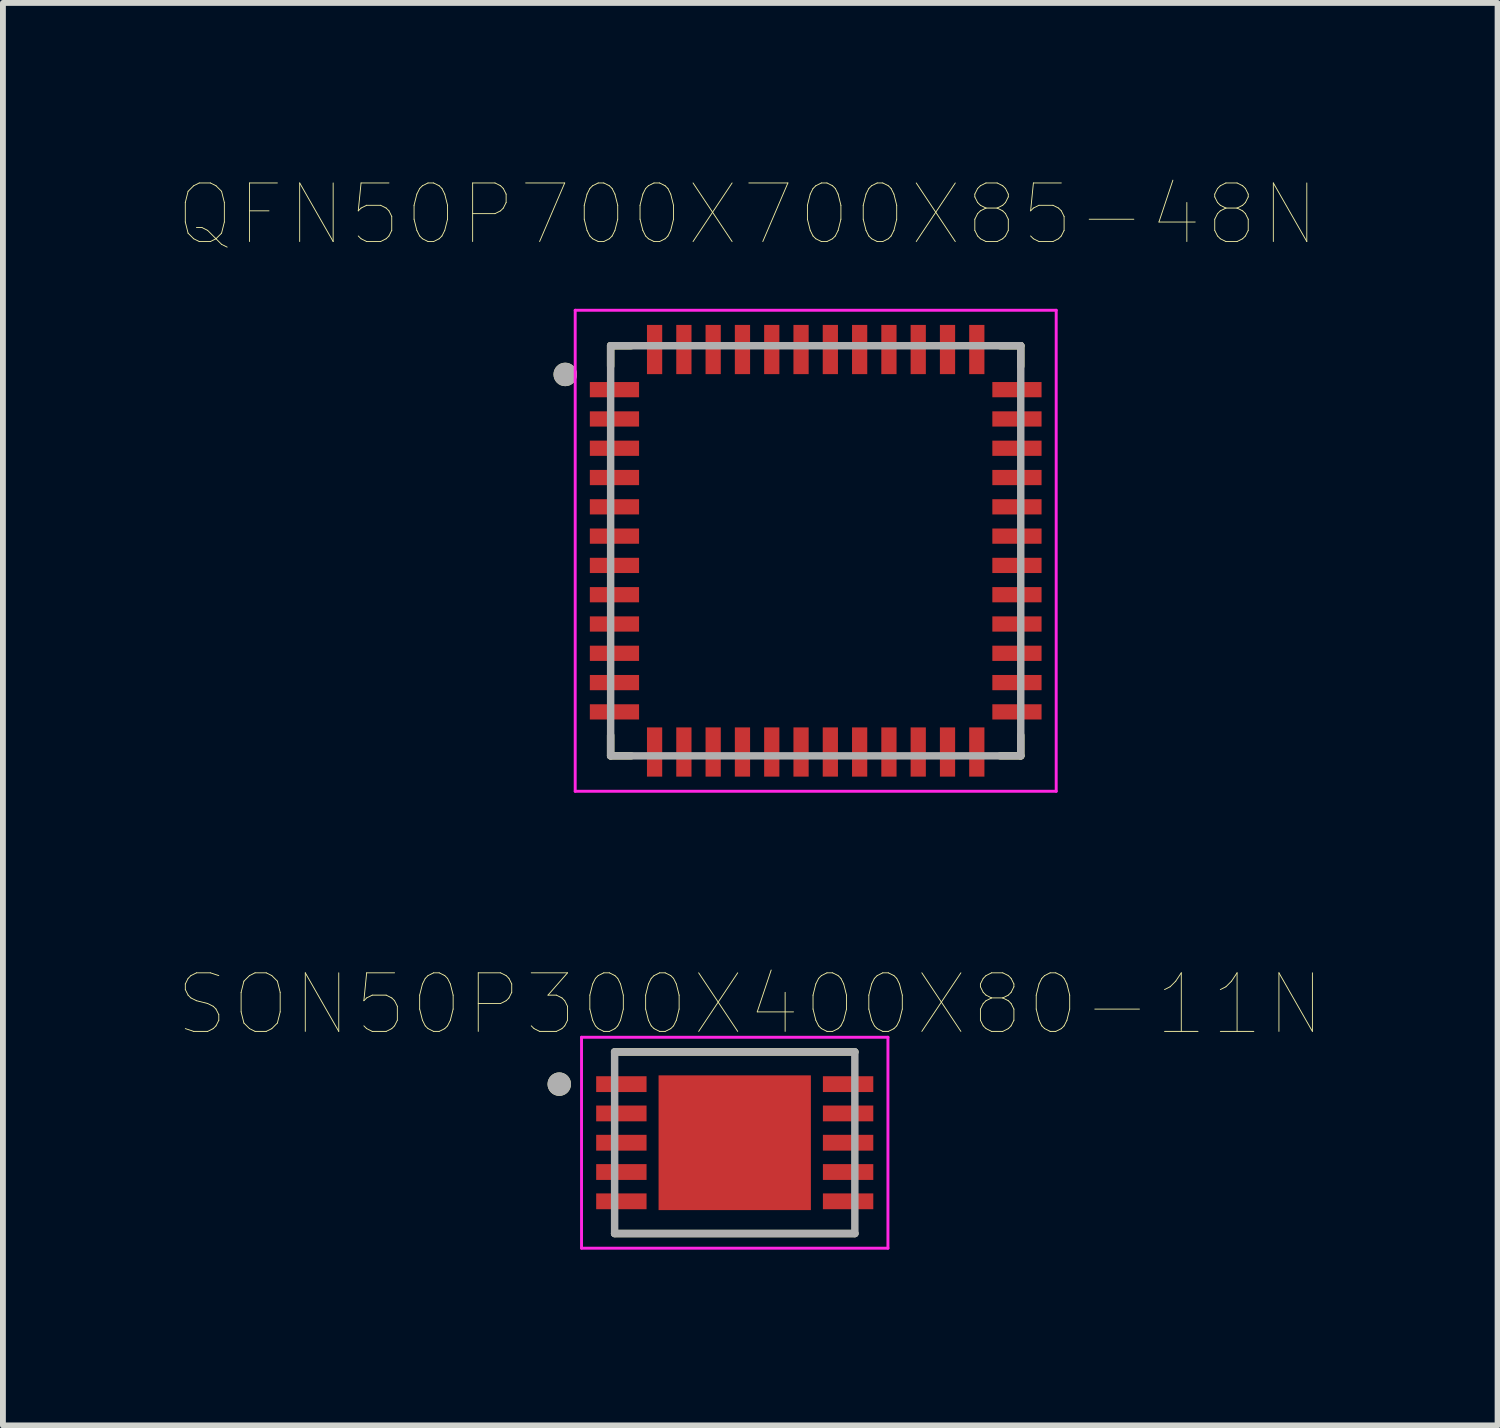
<source format=kicad_pcb>
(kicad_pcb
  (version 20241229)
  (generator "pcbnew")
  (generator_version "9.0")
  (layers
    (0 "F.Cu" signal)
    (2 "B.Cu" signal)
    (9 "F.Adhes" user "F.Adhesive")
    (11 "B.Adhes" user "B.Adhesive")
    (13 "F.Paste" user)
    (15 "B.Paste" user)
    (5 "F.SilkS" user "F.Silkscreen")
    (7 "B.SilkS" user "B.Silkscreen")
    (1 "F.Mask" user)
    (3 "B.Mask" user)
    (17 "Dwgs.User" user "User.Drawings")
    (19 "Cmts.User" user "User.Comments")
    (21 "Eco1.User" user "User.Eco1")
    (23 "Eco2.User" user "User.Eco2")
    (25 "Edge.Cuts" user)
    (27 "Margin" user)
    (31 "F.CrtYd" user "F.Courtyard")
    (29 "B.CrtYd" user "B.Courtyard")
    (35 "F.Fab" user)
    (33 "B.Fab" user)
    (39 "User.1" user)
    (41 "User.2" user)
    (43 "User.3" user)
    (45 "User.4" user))
  (footprint "QFN50P700X700X85-48N"
    (layer "F.Cu")
    (at 10.873 6.351)
    (property "Reference" "QFN50P700X700X85-48N" (at -1.165 -5.74 0) (layer "F.SilkS") (effects (font (size 1 1) (thickness 0.015))))
    (attr through_hole)
    (fp_line (start -3.5 -3.5) (end -3.5 -3.15) (stroke (width 0.127) (type solid)) (layer "F.SilkS"))
    (fp_line (start -3.5 -3.5) (end -3.15 -3.5) (stroke (width 0.127) (type solid)) (layer "F.SilkS"))
    (fp_line (start -3.5 3.5) (end -3.5 3.15) (stroke (width 0.127) (type solid)) (layer "F.SilkS"))
    (fp_line (start -3.5 3.5) (end -3.15 3.5) (stroke (width 0.127) (type solid)) (layer "F.SilkS"))
    (fp_line (start 3.5 -3.5) (end 3.15 -3.5) (stroke (width 0.127) (type solid)) (layer "F.SilkS"))
    (fp_line (start 3.5 -3.5) (end 3.5 -3.15) (stroke (width 0.127) (type solid)) (layer "F.SilkS"))
    (fp_line (start 3.5 3.5) (end 3.15 3.5) (stroke (width 0.127) (type solid)) (layer "F.SilkS"))
    (fp_line (start 3.5 3.5) (end 3.5 3.15) (stroke (width 0.127) (type solid)) (layer "F.SilkS"))
    (fp_circle (center -4.275 -3.01) (end -4.075 -3.01) (stroke (width 0) (type solid)) (fill yes) (layer "F.SilkS"))
    (fp_line (start -4.105 -4.105) (end 4.105 -4.105) (stroke (width 0.05) (type solid)) (layer "F.CrtYd"))
    (fp_line (start -4.105 4.105) (end -4.105 -4.105) (stroke (width 0.05) (type solid)) (layer "F.CrtYd"))
    (fp_line (start -4.105 4.105) (end 4.105 4.105) (stroke (width 0.05) (type solid)) (layer "F.CrtYd"))
    (fp_line (start 4.105 4.105) (end 4.105 -4.105) (stroke (width 0.05) (type solid)) (layer "F.CrtYd"))
    (fp_line (start -3.5 3.5) (end -3.5 -3.5) (stroke (width 0.127) (type solid)) (layer "F.Fab"))
    (fp_line (start 3.5 -3.5) (end -3.5 -3.5) (stroke (width 0.127) (type solid)) (layer "F.Fab"))
    (fp_line (start 3.5 3.5) (end -3.5 3.5) (stroke (width 0.127) (type solid)) (layer "F.Fab"))
    (fp_line (start 3.5 3.5) (end 3.5 -3.5) (stroke (width 0.127) (type solid)) (layer "F.Fab"))
    (fp_circle (center -4.275 -3.01) (end -4.075 -3.01) (stroke (width 0) (type solid)) (fill yes) (layer "F.Fab"))
    (pad "1" smd rect (at -3.435 -2.75) (size 0.84 0.26) (layers "F.Cu" "F.Mask" "F.Paste"))
    (pad "2" smd rect (at -3.435 -2.25) (size 0.84 0.26) (layers "F.Cu" "F.Mask" "F.Paste"))
    (pad "3" smd rect (at -3.435 -1.75) (size 0.84 0.26) (layers "F.Cu" "F.Mask" "F.Paste"))
    (pad "4" smd rect (at -3.435 -1.25) (size 0.84 0.26) (layers "F.Cu" "F.Mask" "F.Paste"))
    (pad "5" smd rect (at -3.435 -0.75) (size 0.84 0.26) (layers "F.Cu" "F.Mask" "F.Paste"))
    (pad "6" smd rect (at -3.435 -0.25) (size 0.84 0.26) (layers "F.Cu" "F.Mask" "F.Paste"))
    (pad "7" smd rect (at -3.435 0.25) (size 0.84 0.26) (layers "F.Cu" "F.Mask" "F.Paste"))
    (pad "8" smd rect (at -3.435 0.75) (size 0.84 0.26) (layers "F.Cu" "F.Mask" "F.Paste"))
    (pad "9" smd rect (at -3.435 1.25) (size 0.84 0.26) (layers "F.Cu" "F.Mask" "F.Paste"))
    (pad "10" smd rect (at -3.435 1.75) (size 0.84 0.26) (layers "F.Cu" "F.Mask" "F.Paste"))
    (pad "11" smd rect (at -3.435 2.25) (size 0.84 0.26) (layers "F.Cu" "F.Mask" "F.Paste"))
    (pad "12" smd rect (at -3.435 2.75) (size 0.84 0.26) (layers "F.Cu" "F.Mask" "F.Paste"))
    (pad "13" smd rect (at -2.75 3.435) (size 0.26 0.84) (layers "F.Cu" "F.Mask" "F.Paste"))
    (pad "14" smd rect (at -2.25 3.435) (size 0.26 0.84) (layers "F.Cu" "F.Mask" "F.Paste"))
    (pad "15" smd rect (at -1.75 3.435) (size 0.26 0.84) (layers "F.Cu" "F.Mask" "F.Paste"))
    (pad "16" smd rect (at -1.25 3.435) (size 0.26 0.84) (layers "F.Cu" "F.Mask" "F.Paste"))
    (pad "17" smd rect (at -0.75 3.435) (size 0.26 0.84) (layers "F.Cu" "F.Mask" "F.Paste"))
    (pad "18" smd rect (at -0.25 3.435) (size 0.26 0.84) (layers "F.Cu" "F.Mask" "F.Paste"))
    (pad "19" smd rect (at 0.25 3.435) (size 0.26 0.84) (layers "F.Cu" "F.Mask" "F.Paste"))
    (pad "20" smd rect (at 0.75 3.435) (size 0.26 0.84) (layers "F.Cu" "F.Mask" "F.Paste"))
    (pad "21" smd rect (at 1.25 3.435) (size 0.26 0.84) (layers "F.Cu" "F.Mask" "F.Paste"))
    (pad "22" smd rect (at 1.75 3.435) (size 0.26 0.84) (layers "F.Cu" "F.Mask" "F.Paste"))
    (pad "23" smd rect (at 2.25 3.435) (size 0.26 0.84) (layers "F.Cu" "F.Mask" "F.Paste"))
    (pad "24" smd rect (at 2.75 3.435) (size 0.26 0.84) (layers "F.Cu" "F.Mask" "F.Paste"))
    (pad "25" smd rect (at 3.435 2.75) (size 0.84 0.26) (layers "F.Cu" "F.Mask" "F.Paste"))
    (pad "26" smd rect (at 3.435 2.25) (size 0.84 0.26) (layers "F.Cu" "F.Mask" "F.Paste"))
    (pad "27" smd rect (at 3.435 1.75) (size 0.84 0.26) (layers "F.Cu" "F.Mask" "F.Paste"))
    (pad "28" smd rect (at 3.435 1.25) (size 0.84 0.26) (layers "F.Cu" "F.Mask" "F.Paste"))
    (pad "29" smd rect (at 3.435 0.75) (size 0.84 0.26) (layers "F.Cu" "F.Mask" "F.Paste"))
    (pad "30" smd rect (at 3.435 0.25) (size 0.84 0.26) (layers "F.Cu" "F.Mask" "F.Paste"))
    (pad "31" smd rect (at 3.435 -0.25) (size 0.84 0.26) (layers "F.Cu" "F.Mask" "F.Paste"))
    (pad "32" smd rect (at 3.435 -0.75) (size 0.84 0.26) (layers "F.Cu" "F.Mask" "F.Paste"))
    (pad "33" smd rect (at 3.435 -1.25) (size 0.84 0.26) (layers "F.Cu" "F.Mask" "F.Paste"))
    (pad "34" smd rect (at 3.435 -1.75) (size 0.84 0.26) (layers "F.Cu" "F.Mask" "F.Paste"))
    (pad "35" smd rect (at 3.435 -2.25) (size 0.84 0.26) (layers "F.Cu" "F.Mask" "F.Paste"))
    (pad "36" smd rect (at 3.435 -2.75) (size 0.84 0.26) (layers "F.Cu" "F.Mask" "F.Paste"))
    (pad "37" smd rect (at 2.75 -3.435) (size 0.26 0.84) (layers "F.Cu" "F.Mask" "F.Paste"))
    (pad "38" smd rect (at 2.25 -3.435) (size 0.26 0.84) (layers "F.Cu" "F.Mask" "F.Paste"))
    (pad "39" smd rect (at 1.75 -3.435) (size 0.26 0.84) (layers "F.Cu" "F.Mask" "F.Paste"))
    (pad "40" smd rect (at 1.25 -3.435) (size 0.26 0.84) (layers "F.Cu" "F.Mask" "F.Paste"))
    (pad "41" smd rect (at 0.75 -3.435) (size 0.26 0.84) (layers "F.Cu" "F.Mask" "F.Paste"))
    (pad "42" smd rect (at 0.25 -3.435) (size 0.26 0.84) (layers "F.Cu" "F.Mask" "F.Paste"))
    (pad "43" smd rect (at -0.25 -3.435) (size 0.26 0.84) (layers "F.Cu" "F.Mask" "F.Paste"))
    (pad "44" smd rect (at -0.75 -3.435) (size 0.26 0.84) (layers "F.Cu" "F.Mask" "F.Paste"))
    (pad "45" smd rect (at -1.25 -3.435) (size 0.26 0.84) (layers "F.Cu" "F.Mask" "F.Paste"))
    (pad "46" smd rect (at -1.75 -3.435) (size 0.26 0.84) (layers "F.Cu" "F.Mask" "F.Paste"))
    (pad "47" smd rect (at -2.25 -3.435) (size 0.26 0.84) (layers "F.Cu" "F.Mask" "F.Paste"))
    (pad "48" smd rect (at -2.75 -3.435) (size 0.26 0.84) (layers "F.Cu" "F.Mask" "F.Paste")))
  (footprint "SON50P300X400X80-11N"
    (layer "F.Cu")
    (at 9.491 16.455)
    (property "Reference" "SON50P300X400X80-11N" (at 0.265 -2.362 0) (layer "F.SilkS") (effects (font (size 1 1) (thickness 0.015))))
    (attr through_hole)
    (fp_line (start -2.05 -1.55) (end 2.05 -1.55) (stroke (width 0.127) (type solid)) (layer "F.SilkS"))
    (fp_line (start -2.05 1.55) (end 2.05 1.55) (stroke (width 0.127) (type solid)) (layer "F.SilkS"))
    (fp_circle (center -2.995 -1) (end -2.895 -1) (stroke (width 0.2) (type solid)) (fill no) (layer "F.SilkS"))
    (fp_poly (pts (xy -0.82 -0.73) (xy 0.82 -0.73) (xy 0.82 0.73) (xy -0.82 0.73)) (stroke (width 0.01) (type solid)) (fill yes) (layer "F.Paste"))
    (fp_line (start -2.615 -1.8) (end -2.615 1.8) (stroke (width 0.05) (type solid)) (layer "F.CrtYd"))
    (fp_line (start -2.615 -1.8) (end 2.615 -1.8) (stroke (width 0.05) (type solid)) (layer "F.CrtYd"))
    (fp_line (start -2.615 1.8) (end 2.615 1.8) (stroke (width 0.05) (type solid)) (layer "F.CrtYd"))
    (fp_line (start 2.615 -1.8) (end 2.615 1.8) (stroke (width 0.05) (type solid)) (layer "F.CrtYd"))
    (fp_line (start -2.05 -1.55) (end -2.05 1.55) (stroke (width 0.127) (type solid)) (layer "F.Fab"))
    (fp_line (start -2.05 -1.55) (end 2.05 -1.55) (stroke (width 0.127) (type solid)) (layer "F.Fab"))
    (fp_line (start -2.05 1.55) (end 2.05 1.55) (stroke (width 0.127) (type solid)) (layer "F.Fab"))
    (fp_line (start 2.05 -1.55) (end 2.05 1.55) (stroke (width 0.127) (type solid)) (layer "F.Fab"))
    (fp_circle (center -2.995 -1) (end -2.895 -1) (stroke (width 0.2) (type solid)) (fill no) (layer "F.Fab"))
    (pad "1" smd rect (at -1.935 -1) (size 0.86 0.27) (layers "F.Cu" "F.Mask" "F.Paste"))
    (pad "2" smd rect (at -1.935 -0.5) (size 0.86 0.27) (layers "F.Cu" "F.Mask" "F.Paste"))
    (pad "3" smd rect (at -1.935 0) (size 0.86 0.27) (layers "F.Cu" "F.Mask" "F.Paste"))
    (pad "4" smd rect (at -1.935 0.5) (size 0.86 0.27) (layers "F.Cu" "F.Mask" "F.Paste"))
    (pad "5" smd rect (at -1.935 1) (size 0.86 0.27) (layers "F.Cu" "F.Mask" "F.Paste"))
    (pad "6" smd rect (at 1.935 1) (size 0.86 0.27) (layers "F.Cu" "F.Mask" "F.Paste"))
    (pad "7" smd rect (at 1.935 0.5) (size 0.86 0.27) (layers "F.Cu" "F.Mask" "F.Paste"))
    (pad "8" smd rect (at 1.935 0) (size 0.86 0.27) (layers "F.Cu" "F.Mask" "F.Paste"))
    (pad "9" smd rect (at 1.935 -0.5) (size 0.86 0.27) (layers "F.Cu" "F.Mask" "F.Paste"))
    (pad "10" smd rect (at 1.935 -1) (size 0.86 0.27) (layers "F.Cu" "F.Mask" "F.Paste"))
    (pad "11" smd rect (at 0 0) (size 2.6 2.3) (layers "F.Cu" "F.Mask")))
  (gr_rect
    (start -3 -3)
    (end 22.512 21.28)
    (stroke (width 0.1) (type default))
    (fill no)
    (layer "Edge.Cuts")))
</source>
